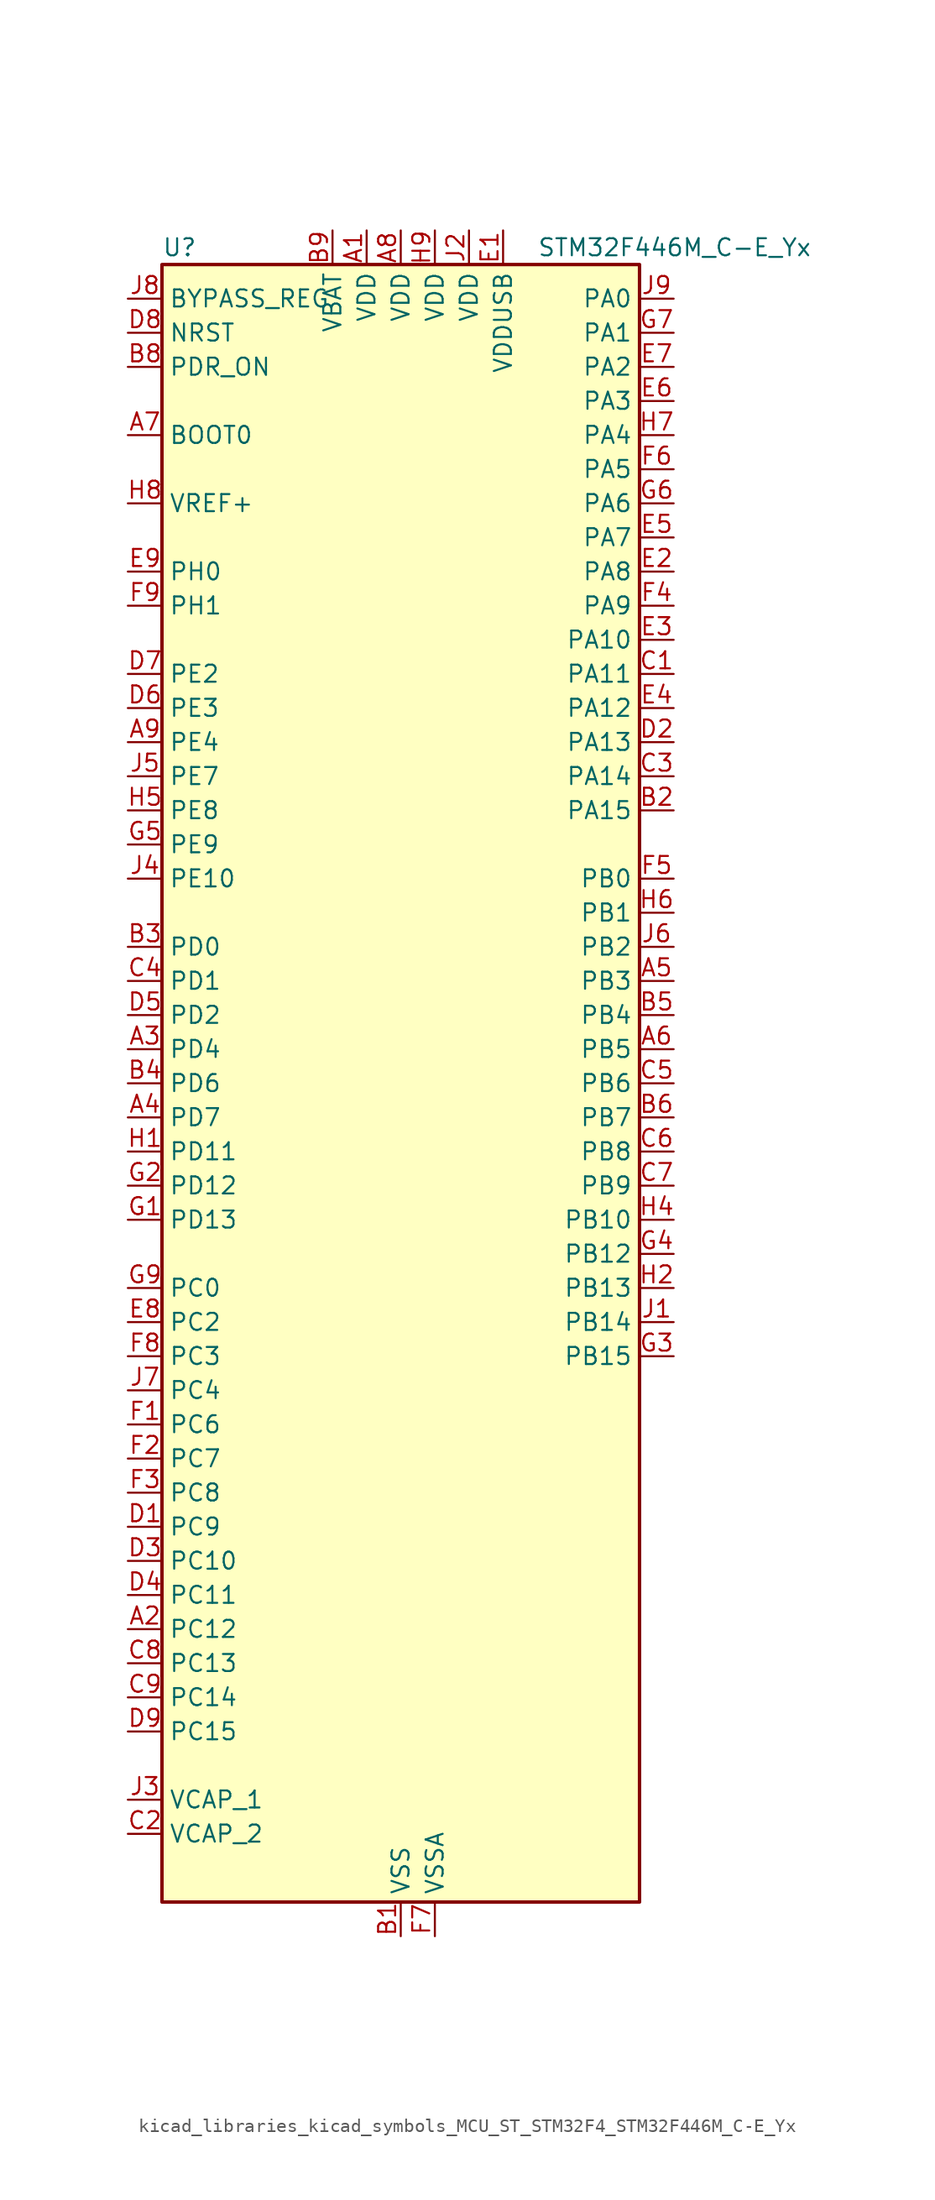
<source format=kicad_sym>
(kicad_symbol_lib
  (version 20220914)
  (generator kicad_symbol_editor)
  (symbol "kicad_libraries_kicad_symbols_MCU_ST_STM32F4_STM32F446M_C-E_Yx"
    (property "Reference" "U"
      (at -17.78 62.23 0)
      (effects (font (size 1.27 1.27)) (justify left)))
    (property "Value" "STM32F446M_C-E_Yx"
      (at 10.16 62.23 0)
      (effects (font (size 1.27 1.27)) (justify left)))
    (property "ki_locked" ""
      (at 0 0 0)
      (effects (font (size 1.27 1.27))))
    (symbol "kicad_libraries_kicad_symbols_MCU_ST_STM32F4_STM32F446M_C-E_Yx_0_1"
      (rectangle (start -17.78 -60.96) (end 17.78 60.96) (stroke (width 0.254) (type default)) (fill (type background))))
    (symbol "kicad_libraries_kicad_symbols_MCU_ST_STM32F4_STM32F446M_C-E_Yx_1_1"
      (pin power_in line (at -2.54 63.5 270) (length 2.54) (name "VDD" (effects (font (size 1.27 1.27)))) (number "A1" (effects (font (size 1.27 1.27)))))
      (pin bidirectional line (at -20.32 -40.64 0) (length 2.54) (name "PC12" (effects (font (size 1.27 1.27)))) (number "A2" (effects (font (size 1.27 1.27)))) (alternate "DCMI_D9" bidirectional line) (alternate "I2C2_SDA" bidirectional line) (alternate "I2S3_SD" bidirectional line) (alternate "SDIO_CK" bidirectional line) (alternate "SPI3_MOSI" bidirectional line) (alternate "UART5_TX" bidirectional line) (alternate "USART3_CK" bidirectional line))
      (pin bidirectional line (at -20.32 2.54 0) (length 2.54) (name "PD4" (effects (font (size 1.27 1.27)))) (number "A3" (effects (font (size 1.27 1.27)))) (alternate "USART2_RTS" bidirectional line))
      (pin bidirectional line (at -20.32 -2.54 0) (length 2.54) (name "PD7" (effects (font (size 1.27 1.27)))) (number "A4" (effects (font (size 1.27 1.27)))) (alternate "SPDIFRX_IN0" bidirectional line) (alternate "USART2_CK" bidirectional line))
      (pin bidirectional line (at 20.32 7.62 180) (length 2.54) (name "PB3" (effects (font (size 1.27 1.27)))) (number "A5" (effects (font (size 1.27 1.27)))) (alternate "I2C2_SDA" bidirectional line) (alternate "I2S1_CK" bidirectional line) (alternate "I2S3_CK" bidirectional line) (alternate "SPI1_SCK" bidirectional line) (alternate "SPI3_SCK" bidirectional line) (alternate "SYS_JTDO-SWO" bidirectional line) (alternate "TIM2_CH2" bidirectional line))
      (pin bidirectional line (at 20.32 2.54 180) (length 2.54) (name "PB5" (effects (font (size 1.27 1.27)))) (number "A6" (effects (font (size 1.27 1.27)))) (alternate "CAN2_RX" bidirectional line) (alternate "DCMI_D10" bidirectional line) (alternate "I2C1_SMBA" bidirectional line) (alternate "I2S1_SD" bidirectional line) (alternate "I2S3_SD" bidirectional line) (alternate "SPI1_MOSI" bidirectional line) (alternate "SPI3_MOSI" bidirectional line) (alternate "TIM3_CH2" bidirectional line) (alternate "USB_OTG_HS_ULPI_D7" bidirectional line))
      (pin input line (at -20.32 48.26 0) (length 2.54) (name "BOOT0" (effects (font (size 1.27 1.27)))) (number "A7" (effects (font (size 1.27 1.27)))))
      (pin power_in line (at 0 63.5 270) (length 2.54) (name "VDD" (effects (font (size 1.27 1.27)))) (number "A8" (effects (font (size 1.27 1.27)))))
      (pin bidirectional line (at -20.32 25.4 0) (length 2.54) (name "PE4" (effects (font (size 1.27 1.27)))) (number "A9" (effects (font (size 1.27 1.27)))) (alternate "DCMI_D4" bidirectional line) (alternate "SAI1_FS_A" bidirectional line) (alternate "SPI4_NSS" bidirectional line) (alternate "SYS_TRACED1" bidirectional line))
      (pin power_in line (at 0 -63.5 90) (length 2.54) (name "VSS" (effects (font (size 1.27 1.27)))) (number "B1" (effects (font (size 1.27 1.27)))))
      (pin bidirectional line (at 20.32 20.32 180) (length 2.54) (name "PA15" (effects (font (size 1.27 1.27)))) (number "B2" (effects (font (size 1.27 1.27)))) (alternate "ADC1_EXTI15" bidirectional line) (alternate "ADC2_EXTI15" bidirectional line) (alternate "ADC3_EXTI15" bidirectional line) (alternate "CEC" bidirectional line) (alternate "I2S1_WS" bidirectional line) (alternate "I2S3_WS" bidirectional line) (alternate "SPI1_NSS" bidirectional line) (alternate "SPI3_NSS" bidirectional line) (alternate "SYS_JTDI" bidirectional line) (alternate "TIM2_CH1" bidirectional line) (alternate "TIM2_ETR" bidirectional line) (alternate "UART4_RTS" bidirectional line))
      (pin bidirectional line (at -20.32 10.16 0) (length 2.54) (name "PD0" (effects (font (size 1.27 1.27)))) (number "B3" (effects (font (size 1.27 1.27)))) (alternate "CAN1_RX" bidirectional line) (alternate "I2S3_SD" bidirectional line) (alternate "SPI3_MOSI" bidirectional line) (alternate "SPI4_MISO" bidirectional line))
      (pin bidirectional line (at -20.32 0 0) (length 2.54) (name "PD6" (effects (font (size 1.27 1.27)))) (number "B4" (effects (font (size 1.27 1.27)))) (alternate "DCMI_D10" bidirectional line) (alternate "I2S3_SD" bidirectional line) (alternate "SAI1_SD_A" bidirectional line) (alternate "SPI3_MOSI" bidirectional line) (alternate "USART2_RX" bidirectional line))
      (pin bidirectional line (at 20.32 5.08 180) (length 2.54) (name "PB4" (effects (font (size 1.27 1.27)))) (number "B5" (effects (font (size 1.27 1.27)))) (alternate "I2C3_SDA" bidirectional line) (alternate "I2S2_WS" bidirectional line) (alternate "SPI1_MISO" bidirectional line) (alternate "SPI2_NSS" bidirectional line) (alternate "SPI3_MISO" bidirectional line) (alternate "SYS_JTRST" bidirectional line) (alternate "TIM3_CH1" bidirectional line))
      (pin bidirectional line (at 20.32 -2.54 180) (length 2.54) (name "PB7" (effects (font (size 1.27 1.27)))) (number "B6" (effects (font (size 1.27 1.27)))) (alternate "DCMI_VSYNC" bidirectional line) (alternate "I2C1_SDA" bidirectional line) (alternate "SPDIFRX_IN0" bidirectional line) (alternate "TIM4_CH2" bidirectional line) (alternate "USART1_RX" bidirectional line))
      (pin passive line (at 0 -63.5 90) (length 2.54) hide (name "VSS" (effects (font (size 1.27 1.27)))) (number "B7" (effects (font (size 1.27 1.27)))))
      (pin input line (at -20.32 53.34 0) (length 2.54) (name "PDR_ON" (effects (font (size 1.27 1.27)))) (number "B8" (effects (font (size 1.27 1.27)))))
      (pin power_in line (at -5.08 63.5 270) (length 2.54) (name "VBAT" (effects (font (size 1.27 1.27)))) (number "B9" (effects (font (size 1.27 1.27)))))
      (pin bidirectional line (at 20.32 30.48 180) (length 2.54) (name "PA11" (effects (font (size 1.27 1.27)))) (number "C1" (effects (font (size 1.27 1.27)))) (alternate "ADC1_EXTI11" bidirectional line) (alternate "ADC2_EXTI11" bidirectional line) (alternate "ADC3_EXTI11" bidirectional line) (alternate "CAN1_RX" bidirectional line) (alternate "TIM1_CH4" bidirectional line) (alternate "USART1_CTS" bidirectional line) (alternate "USB_OTG_FS_DM" bidirectional line))
      (pin power_out line (at -20.32 -55.88 0) (length 2.54) (name "VCAP_2" (effects (font (size 1.27 1.27)))) (number "C2" (effects (font (size 1.27 1.27)))))
      (pin bidirectional line (at 20.32 22.86 180) (length 2.54) (name "PA14" (effects (font (size 1.27 1.27)))) (number "C3" (effects (font (size 1.27 1.27)))) (alternate "SYS_JTCK-SWCLK" bidirectional line))
      (pin bidirectional line (at -20.32 7.62 0) (length 2.54) (name "PD1" (effects (font (size 1.27 1.27)))) (number "C4" (effects (font (size 1.27 1.27)))) (alternate "CAN1_TX" bidirectional line) (alternate "I2S2_WS" bidirectional line) (alternate "SPI2_NSS" bidirectional line))
      (pin bidirectional line (at 20.32 0 180) (length 2.54) (name "PB6" (effects (font (size 1.27 1.27)))) (number "C5" (effects (font (size 1.27 1.27)))) (alternate "CAN2_TX" bidirectional line) (alternate "CEC" bidirectional line) (alternate "DCMI_D5" bidirectional line) (alternate "I2C1_SCL" bidirectional line) (alternate "QUADSPI_BK1_NCS" bidirectional line) (alternate "TIM4_CH1" bidirectional line) (alternate "USART1_TX" bidirectional line))
      (pin bidirectional line (at 20.32 -5.08 180) (length 2.54) (name "PB8" (effects (font (size 1.27 1.27)))) (number "C6" (effects (font (size 1.27 1.27)))) (alternate "CAN1_RX" bidirectional line) (alternate "DCMI_D6" bidirectional line) (alternate "I2C1_SCL" bidirectional line) (alternate "SDIO_D4" bidirectional line) (alternate "TIM10_CH1" bidirectional line) (alternate "TIM2_CH1" bidirectional line) (alternate "TIM2_ETR" bidirectional line) (alternate "TIM4_CH3" bidirectional line))
      (pin bidirectional line (at 20.32 -7.62 180) (length 2.54) (name "PB9" (effects (font (size 1.27 1.27)))) (number "C7" (effects (font (size 1.27 1.27)))) (alternate "CAN1_TX" bidirectional line) (alternate "DAC_EXTI9" bidirectional line) (alternate "DCMI_D7" bidirectional line) (alternate "I2C1_SDA" bidirectional line) (alternate "I2S2_WS" bidirectional line) (alternate "SAI1_FS_B" bidirectional line) (alternate "SDIO_D5" bidirectional line) (alternate "SPI2_NSS" bidirectional line) (alternate "TIM11_CH1" bidirectional line) (alternate "TIM2_CH2" bidirectional line) (alternate "TIM4_CH4" bidirectional line))
      (pin bidirectional line (at -20.32 -43.18 0) (length 2.54) (name "PC13" (effects (font (size 1.27 1.27)))) (number "C8" (effects (font (size 1.27 1.27)))) (alternate "RTC_AF1" bidirectional line) (alternate "SYS_WKUP1" bidirectional line))
      (pin bidirectional line (at -20.32 -45.72 0) (length 2.54) (name "PC14" (effects (font (size 1.27 1.27)))) (number "C9" (effects (font (size 1.27 1.27)))) (alternate "RCC_OSC32_IN" bidirectional line))
      (pin bidirectional line (at -20.32 -33.02 0) (length 2.54) (name "PC9" (effects (font (size 1.27 1.27)))) (number "D1" (effects (font (size 1.27 1.27)))) (alternate "DAC_EXTI9" bidirectional line) (alternate "DCMI_D3" bidirectional line) (alternate "I2C3_SDA" bidirectional line) (alternate "I2S_CKIN" bidirectional line) (alternate "QUADSPI_BK1_IO0" bidirectional line) (alternate "RCC_MCO_2" bidirectional line) (alternate "SDIO_D1" bidirectional line) (alternate "TIM3_CH4" bidirectional line) (alternate "TIM8_CH4" bidirectional line) (alternate "UART5_CTS" bidirectional line))
      (pin bidirectional line (at 20.32 25.4 180) (length 2.54) (name "PA13" (effects (font (size 1.27 1.27)))) (number "D2" (effects (font (size 1.27 1.27)))) (alternate "SYS_JTMS-SWDIO" bidirectional line))
      (pin bidirectional line (at -20.32 -35.56 0) (length 2.54) (name "PC10" (effects (font (size 1.27 1.27)))) (number "D3" (effects (font (size 1.27 1.27)))) (alternate "DCMI_D8" bidirectional line) (alternate "I2S3_CK" bidirectional line) (alternate "QUADSPI_BK1_IO1" bidirectional line) (alternate "SDIO_D2" bidirectional line) (alternate "SPI3_SCK" bidirectional line) (alternate "UART4_TX" bidirectional line) (alternate "USART3_TX" bidirectional line))
      (pin bidirectional line (at -20.32 -38.1 0) (length 2.54) (name "PC11" (effects (font (size 1.27 1.27)))) (number "D4" (effects (font (size 1.27 1.27)))) (alternate "ADC1_EXTI11" bidirectional line) (alternate "ADC2_EXTI11" bidirectional line) (alternate "ADC3_EXTI11" bidirectional line) (alternate "DCMI_D4" bidirectional line) (alternate "QUADSPI_BK2_NCS" bidirectional line) (alternate "SDIO_D3" bidirectional line) (alternate "SPI3_MISO" bidirectional line) (alternate "UART4_RX" bidirectional line) (alternate "USART3_RX" bidirectional line))
      (pin bidirectional line (at -20.32 5.08 0) (length 2.54) (name "PD2" (effects (font (size 1.27 1.27)))) (number "D5" (effects (font (size 1.27 1.27)))) (alternate "DCMI_D11" bidirectional line) (alternate "SDIO_CMD" bidirectional line) (alternate "TIM3_ETR" bidirectional line) (alternate "UART5_RX" bidirectional line))
      (pin bidirectional line (at -20.32 27.94 0) (length 2.54) (name "PE3" (effects (font (size 1.27 1.27)))) (number "D6" (effects (font (size 1.27 1.27)))) (alternate "SAI1_SD_B" bidirectional line) (alternate "SYS_TRACED0" bidirectional line))
      (pin bidirectional line (at -20.32 30.48 0) (length 2.54) (name "PE2" (effects (font (size 1.27 1.27)))) (number "D7" (effects (font (size 1.27 1.27)))) (alternate "QUADSPI_BK1_IO2" bidirectional line) (alternate "SAI1_MCLK_A" bidirectional line) (alternate "SPI4_SCK" bidirectional line) (alternate "SYS_TRACECLK" bidirectional line))
      (pin input line (at -20.32 55.88 0) (length 2.54) (name "NRST" (effects (font (size 1.27 1.27)))) (number "D8" (effects (font (size 1.27 1.27)))))
      (pin bidirectional line (at -20.32 -48.26 0) (length 2.54) (name "PC15" (effects (font (size 1.27 1.27)))) (number "D9" (effects (font (size 1.27 1.27)))) (alternate "ADC1_EXTI15" bidirectional line) (alternate "ADC2_EXTI15" bidirectional line) (alternate "ADC3_EXTI15" bidirectional line) (alternate "RCC_OSC32_OUT" bidirectional line))
      (pin power_in line (at 7.62 63.5 270) (length 2.54) (name "VDDUSB" (effects (font (size 1.27 1.27)))) (number "E1" (effects (font (size 1.27 1.27)))))
      (pin bidirectional line (at 20.32 38.1 180) (length 2.54) (name "PA8" (effects (font (size 1.27 1.27)))) (number "E2" (effects (font (size 1.27 1.27)))) (alternate "I2C3_SCL" bidirectional line) (alternate "RCC_MCO_1" bidirectional line) (alternate "TIM1_CH1" bidirectional line) (alternate "USART1_CK" bidirectional line) (alternate "USB_OTG_FS_SOF" bidirectional line))
      (pin bidirectional line (at 20.32 33.02 180) (length 2.54) (name "PA10" (effects (font (size 1.27 1.27)))) (number "E3" (effects (font (size 1.27 1.27)))) (alternate "DCMI_D1" bidirectional line) (alternate "TIM1_CH3" bidirectional line) (alternate "USART1_RX" bidirectional line) (alternate "USB_OTG_FS_ID" bidirectional line))
      (pin bidirectional line (at 20.32 27.94 180) (length 2.54) (name "PA12" (effects (font (size 1.27 1.27)))) (number "E4" (effects (font (size 1.27 1.27)))) (alternate "CAN1_TX" bidirectional line) (alternate "SAI2_FS_B" bidirectional line) (alternate "TIM1_ETR" bidirectional line) (alternate "USART1_RTS" bidirectional line) (alternate "USB_OTG_FS_DP" bidirectional line))
      (pin bidirectional line (at 20.32 40.64 180) (length 2.54) (name "PA7" (effects (font (size 1.27 1.27)))) (number "E5" (effects (font (size 1.27 1.27)))) (alternate "ADC1_IN7" bidirectional line) (alternate "ADC2_IN7" bidirectional line) (alternate "I2S1_SD" bidirectional line) (alternate "SPI1_MOSI" bidirectional line) (alternate "TIM14_CH1" bidirectional line) (alternate "TIM1_CH1N" bidirectional line) (alternate "TIM3_CH2" bidirectional line) (alternate "TIM8_CH1N" bidirectional line))
      (pin bidirectional line (at 20.32 50.8 180) (length 2.54) (name "PA3" (effects (font (size 1.27 1.27)))) (number "E6" (effects (font (size 1.27 1.27)))) (alternate "ADC1_IN3" bidirectional line) (alternate "ADC2_IN3" bidirectional line) (alternate "ADC3_IN3" bidirectional line) (alternate "SAI1_FS_A" bidirectional line) (alternate "TIM2_CH4" bidirectional line) (alternate "TIM5_CH4" bidirectional line) (alternate "TIM9_CH2" bidirectional line) (alternate "USART2_RX" bidirectional line) (alternate "USB_OTG_HS_ULPI_D0" bidirectional line))
      (pin bidirectional line (at 20.32 53.34 180) (length 2.54) (name "PA2" (effects (font (size 1.27 1.27)))) (number "E7" (effects (font (size 1.27 1.27)))) (alternate "ADC1_IN2" bidirectional line) (alternate "ADC2_IN2" bidirectional line) (alternate "ADC3_IN2" bidirectional line) (alternate "SAI2_SCK_B" bidirectional line) (alternate "TIM2_CH3" bidirectional line) (alternate "TIM5_CH3" bidirectional line) (alternate "TIM9_CH1" bidirectional line) (alternate "USART2_TX" bidirectional line))
      (pin bidirectional line (at -20.32 -17.78 0) (length 2.54) (name "PC2" (effects (font (size 1.27 1.27)))) (number "E8" (effects (font (size 1.27 1.27)))) (alternate "ADC1_IN12" bidirectional line) (alternate "ADC2_IN12" bidirectional line) (alternate "ADC3_IN12" bidirectional line) (alternate "SPI2_MISO" bidirectional line) (alternate "USB_OTG_HS_ULPI_DIR" bidirectional line))
      (pin bidirectional line (at -20.32 38.1 0) (length 2.54) (name "PH0" (effects (font (size 1.27 1.27)))) (number "E9" (effects (font (size 1.27 1.27)))) (alternate "RCC_OSC_IN" bidirectional line))
      (pin bidirectional line (at -20.32 -25.4 0) (length 2.54) (name "PC6" (effects (font (size 1.27 1.27)))) (number "F1" (effects (font (size 1.27 1.27)))) (alternate "DCMI_D0" bidirectional line) (alternate "FMPI2C1_SCL" bidirectional line) (alternate "I2S2_MCK" bidirectional line) (alternate "SDIO_D6" bidirectional line) (alternate "TIM3_CH1" bidirectional line) (alternate "TIM8_CH1" bidirectional line) (alternate "USART6_TX" bidirectional line))
      (pin bidirectional line (at -20.32 -27.94 0) (length 2.54) (name "PC7" (effects (font (size 1.27 1.27)))) (number "F2" (effects (font (size 1.27 1.27)))) (alternate "DCMI_D1" bidirectional line) (alternate "FMPI2C1_SDA" bidirectional line) (alternate "I2S2_CK" bidirectional line) (alternate "I2S3_MCK" bidirectional line) (alternate "SDIO_D7" bidirectional line) (alternate "SPDIFRX_IN1" bidirectional line) (alternate "SPI2_SCK" bidirectional line) (alternate "TIM3_CH2" bidirectional line) (alternate "TIM8_CH2" bidirectional line) (alternate "USART6_RX" bidirectional line))
      (pin bidirectional line (at -20.32 -30.48 0) (length 2.54) (name "PC8" (effects (font (size 1.27 1.27)))) (number "F3" (effects (font (size 1.27 1.27)))) (alternate "DCMI_D2" bidirectional line) (alternate "SDIO_D0" bidirectional line) (alternate "SYS_TRACED0" bidirectional line) (alternate "TIM3_CH3" bidirectional line) (alternate "TIM8_CH3" bidirectional line) (alternate "UART5_RTS" bidirectional line) (alternate "USART6_CK" bidirectional line))
      (pin bidirectional line (at 20.32 35.56 180) (length 2.54) (name "PA9" (effects (font (size 1.27 1.27)))) (number "F4" (effects (font (size 1.27 1.27)))) (alternate "DAC_EXTI9" bidirectional line) (alternate "DCMI_D0" bidirectional line) (alternate "I2C3_SMBA" bidirectional line) (alternate "I2S2_CK" bidirectional line) (alternate "SAI1_SD_B" bidirectional line) (alternate "SPI2_SCK" bidirectional line) (alternate "TIM1_CH2" bidirectional line) (alternate "USART1_TX" bidirectional line) (alternate "USB_OTG_FS_VBUS" bidirectional line))
      (pin bidirectional line (at 20.32 15.24 180) (length 2.54) (name "PB0" (effects (font (size 1.27 1.27)))) (number "F5" (effects (font (size 1.27 1.27)))) (alternate "ADC1_IN8" bidirectional line) (alternate "ADC2_IN8" bidirectional line) (alternate "I2S3_SD" bidirectional line) (alternate "SDIO_D1" bidirectional line) (alternate "SPI3_MOSI" bidirectional line) (alternate "TIM1_CH2N" bidirectional line) (alternate "TIM3_CH3" bidirectional line) (alternate "TIM8_CH2N" bidirectional line) (alternate "UART4_CTS" bidirectional line) (alternate "USB_OTG_HS_ULPI_D1" bidirectional line))
      (pin bidirectional line (at 20.32 45.72 180) (length 2.54) (name "PA5" (effects (font (size 1.27 1.27)))) (number "F6" (effects (font (size 1.27 1.27)))) (alternate "ADC1_IN5" bidirectional line) (alternate "ADC2_IN5" bidirectional line) (alternate "DAC_OUT2" bidirectional line) (alternate "I2S1_CK" bidirectional line) (alternate "SPI1_SCK" bidirectional line) (alternate "TIM2_CH1" bidirectional line) (alternate "TIM2_ETR" bidirectional line) (alternate "TIM8_CH1N" bidirectional line) (alternate "USB_OTG_HS_ULPI_CK" bidirectional line))
      (pin power_in line (at 2.54 -63.5 90) (length 2.54) (name "VSSA" (effects (font (size 1.27 1.27)))) (number "F7" (effects (font (size 1.27 1.27)))))
      (pin bidirectional line (at -20.32 -20.32 0) (length 2.54) (name "PC3" (effects (font (size 1.27 1.27)))) (number "F8" (effects (font (size 1.27 1.27)))) (alternate "ADC1_IN13" bidirectional line) (alternate "ADC2_IN13" bidirectional line) (alternate "ADC3_IN13" bidirectional line) (alternate "I2S2_SD" bidirectional line) (alternate "SPI2_MOSI" bidirectional line) (alternate "USB_OTG_HS_ULPI_NXT" bidirectional line))
      (pin bidirectional line (at -20.32 35.56 0) (length 2.54) (name "PH1" (effects (font (size 1.27 1.27)))) (number "F9" (effects (font (size 1.27 1.27)))) (alternate "RCC_OSC_OUT" bidirectional line))
      (pin bidirectional line (at -20.32 -10.16 0) (length 2.54) (name "PD13" (effects (font (size 1.27 1.27)))) (number "G1" (effects (font (size 1.27 1.27)))) (alternate "FMPI2C1_SDA" bidirectional line) (alternate "QUADSPI_BK1_IO3" bidirectional line) (alternate "SAI2_SCK_A" bidirectional line) (alternate "TIM4_CH2" bidirectional line))
      (pin bidirectional line (at -20.32 -7.62 0) (length 2.54) (name "PD12" (effects (font (size 1.27 1.27)))) (number "G2" (effects (font (size 1.27 1.27)))) (alternate "FMPI2C1_SCL" bidirectional line) (alternate "QUADSPI_BK1_IO1" bidirectional line) (alternate "SAI2_FS_A" bidirectional line) (alternate "TIM4_CH1" bidirectional line) (alternate "USART3_RTS" bidirectional line))
      (pin bidirectional line (at 20.32 -20.32 180) (length 2.54) (name "PB15" (effects (font (size 1.27 1.27)))) (number "G3" (effects (font (size 1.27 1.27)))) (alternate "ADC1_EXTI15" bidirectional line) (alternate "ADC2_EXTI15" bidirectional line) (alternate "ADC3_EXTI15" bidirectional line) (alternate "I2S2_SD" bidirectional line) (alternate "RTC_REFIN" bidirectional line) (alternate "SPI2_MOSI" bidirectional line) (alternate "TIM12_CH2" bidirectional line) (alternate "TIM1_CH3N" bidirectional line) (alternate "TIM8_CH3N" bidirectional line) (alternate "USB_OTG_HS_DP" bidirectional line))
      (pin bidirectional line (at 20.32 -12.7 180) (length 2.54) (name "PB12" (effects (font (size 1.27 1.27)))) (number "G4" (effects (font (size 1.27 1.27)))) (alternate "CAN2_RX" bidirectional line) (alternate "I2C2_SMBA" bidirectional line) (alternate "I2S2_WS" bidirectional line) (alternate "SAI1_SCK_B" bidirectional line) (alternate "SPI2_NSS" bidirectional line) (alternate "TIM1_BKIN" bidirectional line) (alternate "USART3_CK" bidirectional line) (alternate "USB_OTG_HS_ID" bidirectional line) (alternate "USB_OTG_HS_ULPI_D5" bidirectional line))
      (pin bidirectional line (at -20.32 17.78 0) (length 2.54) (name "PE9" (effects (font (size 1.27 1.27)))) (number "G5" (effects (font (size 1.27 1.27)))) (alternate "DAC_EXTI9" bidirectional line) (alternate "QUADSPI_BK2_IO2" bidirectional line) (alternate "TIM1_CH1" bidirectional line))
      (pin bidirectional line (at 20.32 43.18 180) (length 2.54) (name "PA6" (effects (font (size 1.27 1.27)))) (number "G6" (effects (font (size 1.27 1.27)))) (alternate "ADC1_IN6" bidirectional line) (alternate "ADC2_IN6" bidirectional line) (alternate "DCMI_PIXCLK" bidirectional line) (alternate "I2S2_MCK" bidirectional line) (alternate "SPI1_MISO" bidirectional line) (alternate "TIM13_CH1" bidirectional line) (alternate "TIM1_BKIN" bidirectional line) (alternate "TIM3_CH1" bidirectional line) (alternate "TIM8_BKIN" bidirectional line))
      (pin bidirectional line (at 20.32 55.88 180) (length 2.54) (name "PA1" (effects (font (size 1.27 1.27)))) (number "G7" (effects (font (size 1.27 1.27)))) (alternate "ADC1_IN1" bidirectional line) (alternate "ADC2_IN1" bidirectional line) (alternate "ADC3_IN1" bidirectional line) (alternate "QUADSPI_BK1_IO3" bidirectional line) (alternate "SAI2_MCLK_B" bidirectional line) (alternate "TIM2_CH2" bidirectional line) (alternate "TIM5_CH2" bidirectional line) (alternate "UART4_RX" bidirectional line) (alternate "USART2_RTS" bidirectional line))
      (pin passive line (at 0 -63.5 90) (length 2.54) hide (name "VSS" (effects (font (size 1.27 1.27)))) (number "G8" (effects (font (size 1.27 1.27)))))
      (pin bidirectional line (at -20.32 -15.24 0) (length 2.54) (name "PC0" (effects (font (size 1.27 1.27)))) (number "G9" (effects (font (size 1.27 1.27)))) (alternate "ADC1_IN10" bidirectional line) (alternate "ADC2_IN10" bidirectional line) (alternate "ADC3_IN10" bidirectional line) (alternate "SAI1_MCLK_B" bidirectional line) (alternate "USB_OTG_HS_ULPI_STP" bidirectional line))
      (pin bidirectional line (at -20.32 -5.08 0) (length 2.54) (name "PD11" (effects (font (size 1.27 1.27)))) (number "H1" (effects (font (size 1.27 1.27)))) (alternate "ADC1_EXTI11" bidirectional line) (alternate "ADC2_EXTI11" bidirectional line) (alternate "ADC3_EXTI11" bidirectional line) (alternate "FMPI2C1_SMBA" bidirectional line) (alternate "QUADSPI_BK1_IO0" bidirectional line) (alternate "SAI2_SD_A" bidirectional line) (alternate "USART3_CTS" bidirectional line))
      (pin bidirectional line (at 20.32 -15.24 180) (length 2.54) (name "PB13" (effects (font (size 1.27 1.27)))) (number "H2" (effects (font (size 1.27 1.27)))) (alternate "CAN2_TX" bidirectional line) (alternate "I2S2_CK" bidirectional line) (alternate "SPI2_SCK" bidirectional line) (alternate "TIM1_CH1N" bidirectional line) (alternate "USART3_CTS" bidirectional line) (alternate "USB_OTG_HS_ULPI_D6" bidirectional line) (alternate "USB_OTG_HS_VBUS" bidirectional line))
      (pin passive line (at 0 -63.5 90) (length 2.54) hide (name "VSS" (effects (font (size 1.27 1.27)))) (number "H3" (effects (font (size 1.27 1.27)))))
      (pin bidirectional line (at 20.32 -10.16 180) (length 2.54) (name "PB10" (effects (font (size 1.27 1.27)))) (number "H4" (effects (font (size 1.27 1.27)))) (alternate "I2C2_SCL" bidirectional line) (alternate "I2S2_CK" bidirectional line) (alternate "SAI1_SCK_A" bidirectional line) (alternate "SPI2_SCK" bidirectional line) (alternate "TIM2_CH3" bidirectional line) (alternate "USART3_TX" bidirectional line) (alternate "USB_OTG_HS_ULPI_D3" bidirectional line))
      (pin bidirectional line (at -20.32 20.32 0) (length 2.54) (name "PE8" (effects (font (size 1.27 1.27)))) (number "H5" (effects (font (size 1.27 1.27)))) (alternate "QUADSPI_BK2_IO1" bidirectional line) (alternate "TIM1_CH1N" bidirectional line) (alternate "UART5_TX" bidirectional line))
      (pin bidirectional line (at 20.32 12.7 180) (length 2.54) (name "PB1" (effects (font (size 1.27 1.27)))) (number "H6" (effects (font (size 1.27 1.27)))) (alternate "ADC1_IN9" bidirectional line) (alternate "ADC2_IN9" bidirectional line) (alternate "SDIO_D2" bidirectional line) (alternate "TIM1_CH3N" bidirectional line) (alternate "TIM3_CH4" bidirectional line) (alternate "TIM8_CH3N" bidirectional line) (alternate "USB_OTG_HS_ULPI_D2" bidirectional line))
      (pin bidirectional line (at 20.32 48.26 180) (length 2.54) (name "PA4" (effects (font (size 1.27 1.27)))) (number "H7" (effects (font (size 1.27 1.27)))) (alternate "ADC1_IN4" bidirectional line) (alternate "ADC2_IN4" bidirectional line) (alternate "DAC_OUT1" bidirectional line) (alternate "DCMI_HSYNC" bidirectional line) (alternate "I2S1_WS" bidirectional line) (alternate "I2S3_WS" bidirectional line) (alternate "SPI1_NSS" bidirectional line) (alternate "SPI3_NSS" bidirectional line) (alternate "USART2_CK" bidirectional line) (alternate "USB_OTG_HS_SOF" bidirectional line))
      (pin input line (at -20.32 43.18 0) (length 2.54) (name "VREF+" (effects (font (size 1.27 1.27)))) (number "H8" (effects (font (size 1.27 1.27)))))
      (pin power_in line (at 2.54 63.5 270) (length 2.54) (name "VDD" (effects (font (size 1.27 1.27)))) (number "H9" (effects (font (size 1.27 1.27)))))
      (pin bidirectional line (at 20.32 -17.78 180) (length 2.54) (name "PB14" (effects (font (size 1.27 1.27)))) (number "J1" (effects (font (size 1.27 1.27)))) (alternate "SPI2_MISO" bidirectional line) (alternate "TIM12_CH1" bidirectional line) (alternate "TIM1_CH2N" bidirectional line) (alternate "TIM8_CH2N" bidirectional line) (alternate "USART3_RTS" bidirectional line) (alternate "USB_OTG_HS_DM" bidirectional line))
      (pin power_in line (at 5.08 63.5 270) (length 2.54) (name "VDD" (effects (font (size 1.27 1.27)))) (number "J2" (effects (font (size 1.27 1.27)))))
      (pin power_out line (at -20.32 -53.34 0) (length 2.54) (name "VCAP_1" (effects (font (size 1.27 1.27)))) (number "J3" (effects (font (size 1.27 1.27)))))
      (pin bidirectional line (at -20.32 15.24 0) (length 2.54) (name "PE10" (effects (font (size 1.27 1.27)))) (number "J4" (effects (font (size 1.27 1.27)))) (alternate "QUADSPI_BK2_IO3" bidirectional line) (alternate "TIM1_CH2N" bidirectional line))
      (pin bidirectional line (at -20.32 22.86 0) (length 2.54) (name "PE7" (effects (font (size 1.27 1.27)))) (number "J5" (effects (font (size 1.27 1.27)))) (alternate "QUADSPI_BK2_IO0" bidirectional line) (alternate "TIM1_ETR" bidirectional line) (alternate "UART5_RX" bidirectional line))
      (pin bidirectional line (at 20.32 10.16 180) (length 2.54) (name "PB2" (effects (font (size 1.27 1.27)))) (number "J6" (effects (font (size 1.27 1.27)))) (alternate "I2S3_SD" bidirectional line) (alternate "QUADSPI_CLK" bidirectional line) (alternate "SAI1_SD_A" bidirectional line) (alternate "SDIO_CK" bidirectional line) (alternate "SPI3_MOSI" bidirectional line) (alternate "TIM2_CH4" bidirectional line) (alternate "USB_OTG_HS_ULPI_D4" bidirectional line))
      (pin bidirectional line (at -20.32 -22.86 0) (length 2.54) (name "PC4" (effects (font (size 1.27 1.27)))) (number "J7" (effects (font (size 1.27 1.27)))) (alternate "ADC1_IN14" bidirectional line) (alternate "ADC2_IN14" bidirectional line) (alternate "I2S1_MCK" bidirectional line) (alternate "SPDIFRX_IN2" bidirectional line))
      (pin input line (at -20.32 58.42 0) (length 2.54) (name "BYPASS_REG" (effects (font (size 1.27 1.27)))) (number "J8" (effects (font (size 1.27 1.27)))))
      (pin bidirectional line (at 20.32 58.42 180) (length 2.54) (name "PA0" (effects (font (size 1.27 1.27)))) (number "J9" (effects (font (size 1.27 1.27)))) (alternate "ADC1_IN0" bidirectional line) (alternate "ADC2_IN0" bidirectional line) (alternate "ADC3_IN0" bidirectional line) (alternate "RTC_AF2" bidirectional line) (alternate "SYS_WKUP0" bidirectional line) (alternate "TIM2_CH1" bidirectional line) (alternate "TIM2_ETR" bidirectional line) (alternate "TIM5_CH1" bidirectional line) (alternate "TIM8_ETR" bidirectional line) (alternate "UART4_TX" bidirectional line) (alternate "USART2_CTS" bidirectional line)))))
</source>
